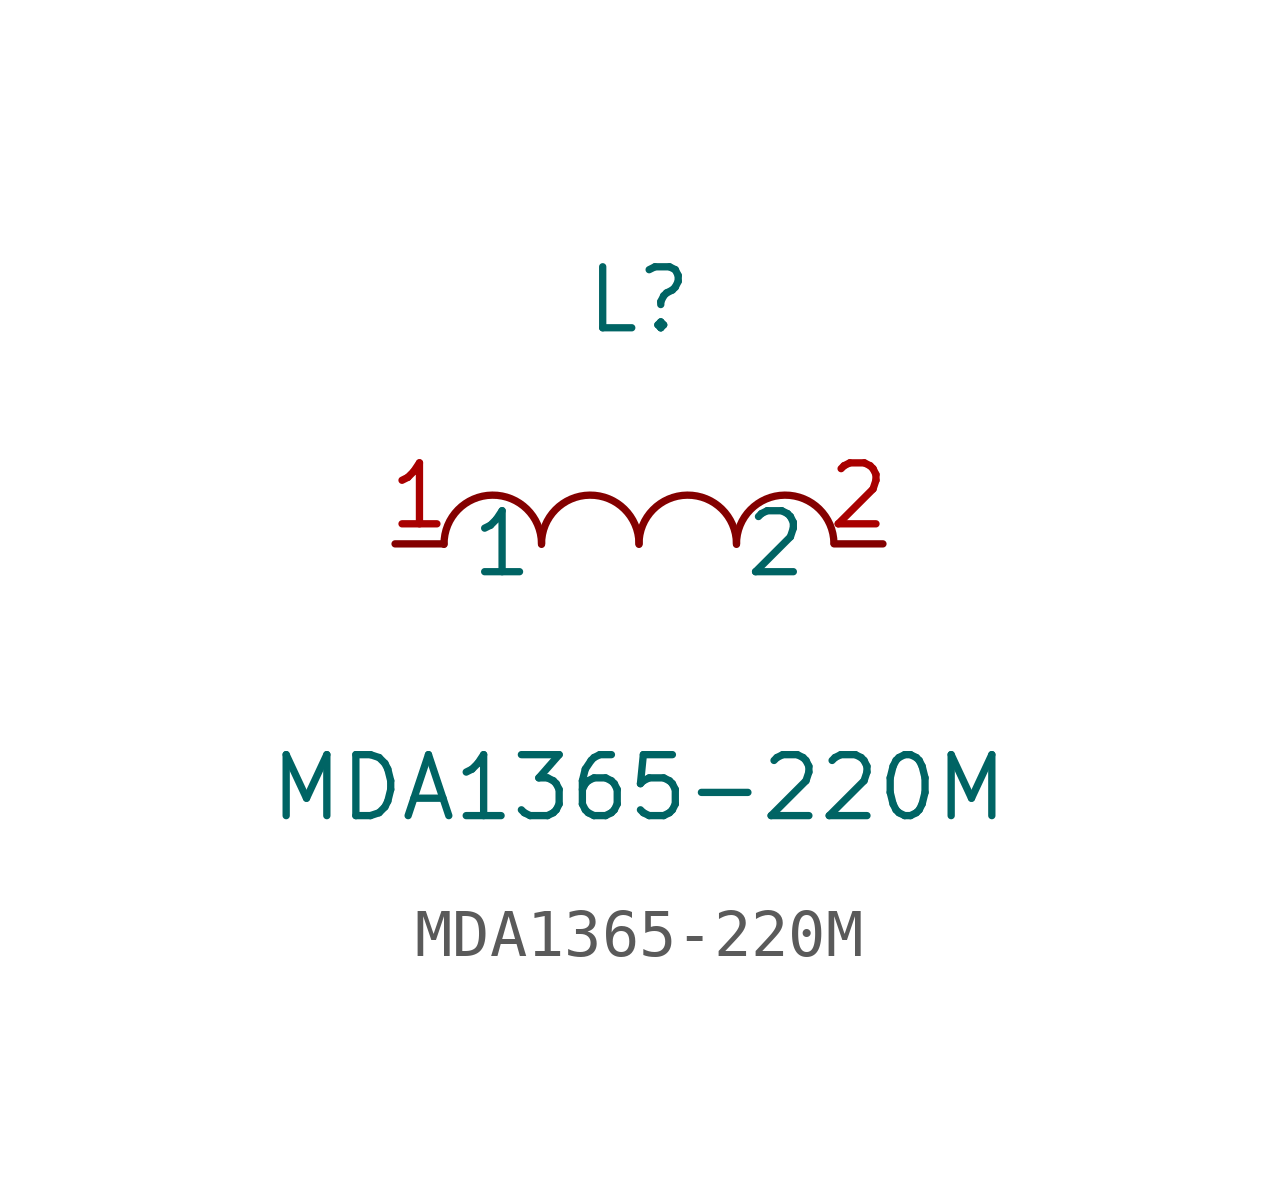
<source format=kicad_sym>
(kicad_symbol_lib
  (version 20211014)
  (generator https://github.com/uPesy/easyeda2kicad.py)
  (symbol "MDA1365-220M"
    (property "Reference" "L"
      (at 0 5.08 0)
      (effects (font (size 1.27 1.27))))
    (property "Value" "MDA1365-220M"
      (at 0 -5.08 0)
      (effects (font (size 1.27 1.27))))
    (symbol "MDA1365-220M_0_1"
      (arc (start -4.06 -0.01) (mid -2.83 0.99) (end -2.03 0.01) (stroke (width 0) (type default) (color 0 0 0 0)) (fill (type none)))
      (arc (start -2.03 -0.01) (mid -0.80 0.99) (end 0.00 0.01) (stroke (width 0) (type default) (color 0 0 0 0)) (fill (type none)))
      (arc (start 2.03 -0.01) (mid 3.26 0.99) (end 4.06 0.01) (stroke (width 0) (type default) (color 0 0 0 0)) (fill (type none)))
      (arc (start 0.00 -0.01) (mid 1.23 0.99) (end 2.03 0.01) (stroke (width 0) (type default) (color 0 0 0 0)) (fill (type none)))
      (pin unspecified line (at 5.08 -0.00 180) (length 1.016) (name "2" (effects (font (size 1.27 1.27)))) (number "2" (effects (font (size 1.27 1.27)))))
      (pin unspecified line (at -5.08 -0.00 0) (length 1.016) (name "1" (effects (font (size 1.27 1.27)))) (number "1" (effects (font (size 1.27 1.27))))))))
</source>
